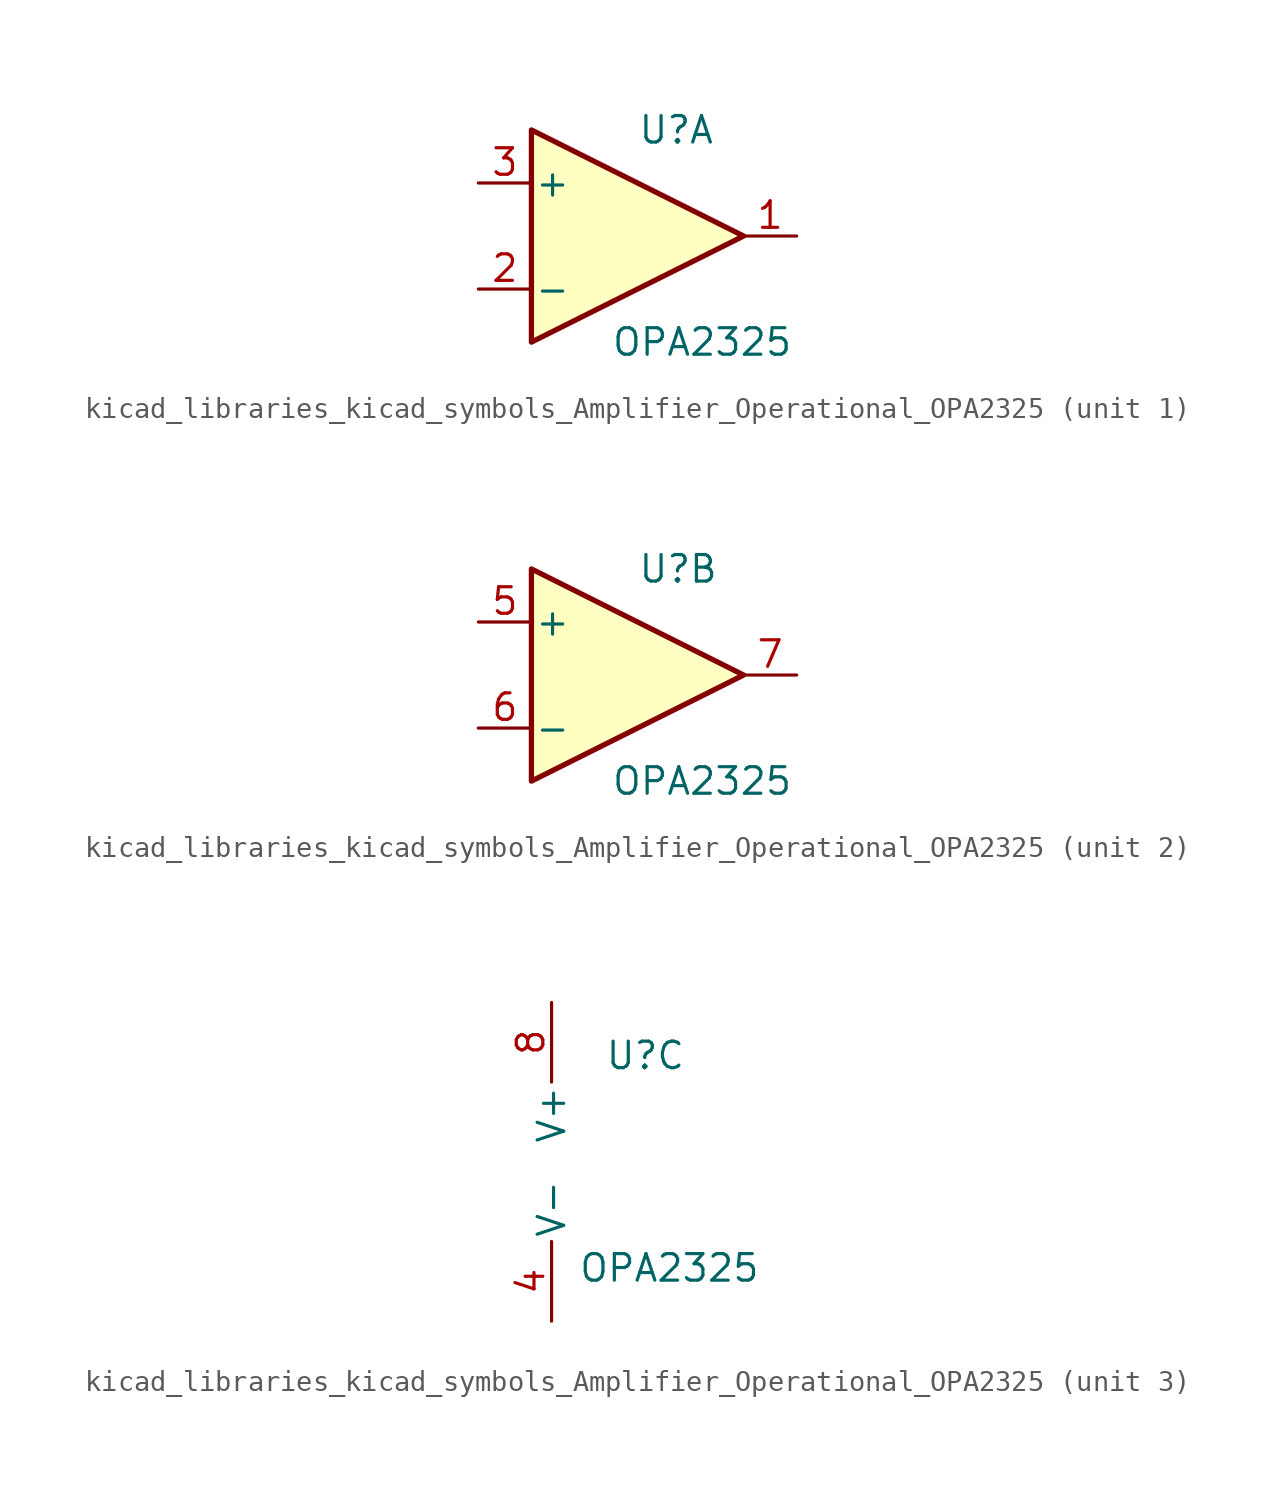
<source format=kicad_sym>
(kicad_symbol_lib
  (version 20220914)
  (generator kicad_symbol_editor)
  (symbol "kicad_libraries_kicad_symbols_Amplifier_Operational_OPA2325"
    (pin_names
      (offset 0.127))
    (property "Reference" "U"
      (at 0 5.08 0)
      (effects (font (size 1.27 1.27)) (justify left)))
    (property "Value" "OPA2325"
      (at -1.27 -5.08 0)
      (effects (font (size 1.27 1.27)) (justify left)))
    (property "ki_locked" ""
      (at 0 0 0)
      (effects (font (size 1.27 1.27))))
    (symbol "kicad_libraries_kicad_symbols_Amplifier_Operational_OPA2325_1_1"
      (polyline (pts (xy -5.08 5.08) (xy 5.08 0) (xy -5.08 -5.08) (xy -5.08 5.08)) (stroke (width 0.254) (type default)) (fill (type background)))
      (pin output line (at 7.62 0 180) (length 2.54) (name "~" (effects (font (size 1.27 1.27)))) (number "1" (effects (font (size 1.27 1.27)))))
      (pin input line (at -7.62 -2.54 0) (length 2.54) (name "-" (effects (font (size 1.27 1.27)))) (number "2" (effects (font (size 1.27 1.27)))))
      (pin input line (at -7.62 2.54 0) (length 2.54) (name "+" (effects (font (size 1.27 1.27)))) (number "3" (effects (font (size 1.27 1.27))))))
    (symbol "kicad_libraries_kicad_symbols_Amplifier_Operational_OPA2325_2_1"
      (polyline (pts (xy -5.08 5.08) (xy 5.08 0) (xy -5.08 -5.08) (xy -5.08 5.08)) (stroke (width 0.254) (type default)) (fill (type background)))
      (pin input line (at -7.62 2.54 0) (length 2.54) (name "+" (effects (font (size 1.27 1.27)))) (number "5" (effects (font (size 1.27 1.27)))))
      (pin input line (at -7.62 -2.54 0) (length 2.54) (name "-" (effects (font (size 1.27 1.27)))) (number "6" (effects (font (size 1.27 1.27)))))
      (pin output line (at 7.62 0 180) (length 2.54) (name "~" (effects (font (size 1.27 1.27)))) (number "7" (effects (font (size 1.27 1.27))))))
    (symbol "kicad_libraries_kicad_symbols_Amplifier_Operational_OPA2325_3_1"
      (pin power_in line (at -2.54 -7.62 90) (length 3.81) (name "V-" (effects (font (size 1.27 1.27)))) (number "4" (effects (font (size 1.27 1.27)))))
      (pin power_in line (at -2.54 7.62 270) (length 3.81) (name "V+" (effects (font (size 1.27 1.27)))) (number "8" (effects (font (size 1.27 1.27))))))))
</source>
